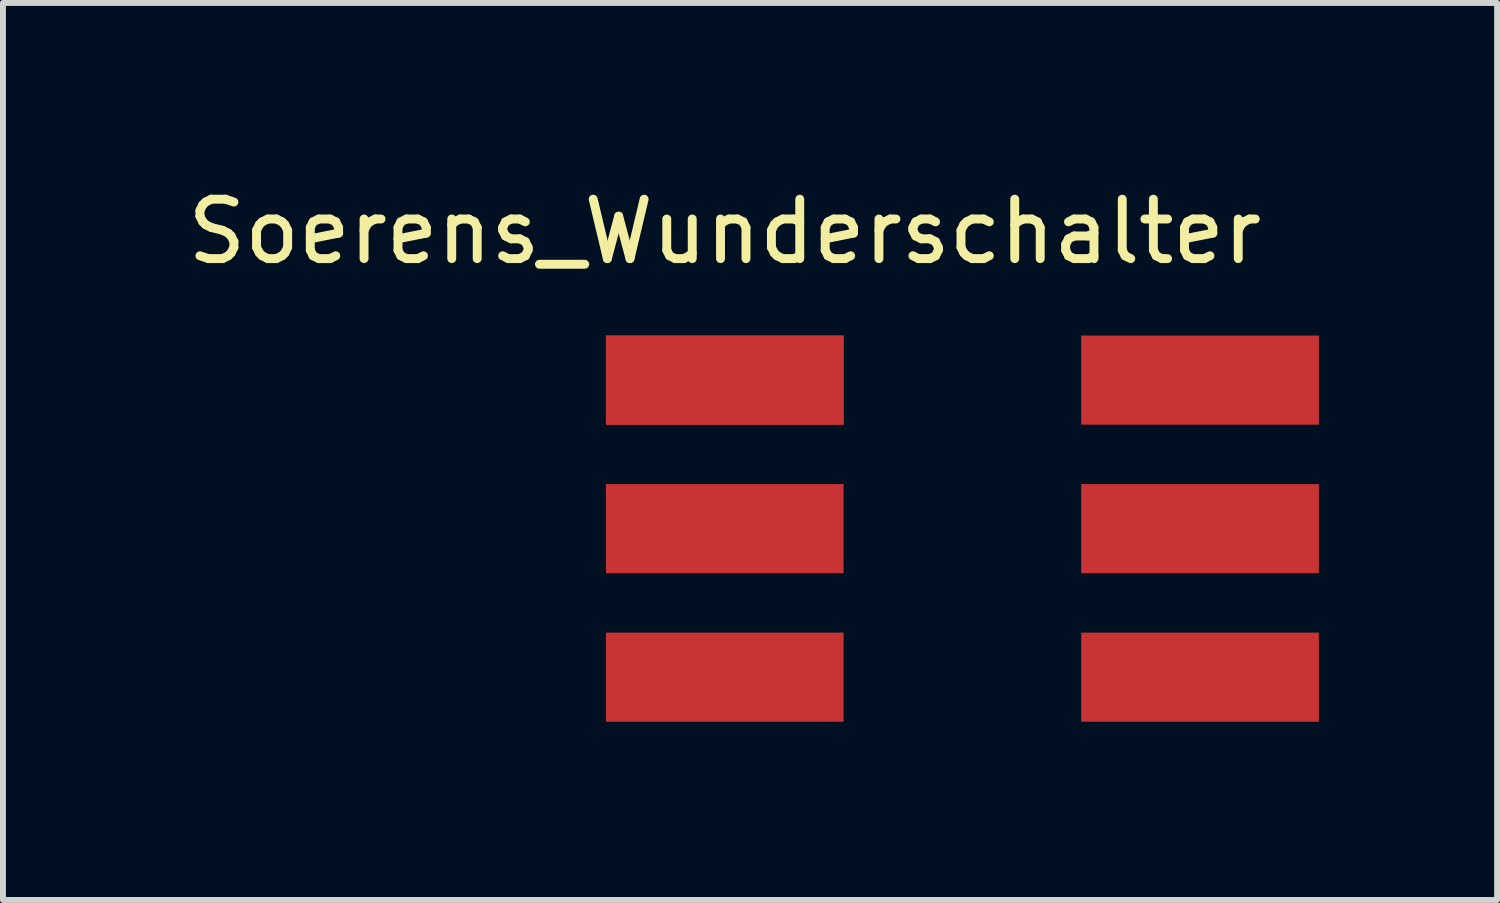
<source format=kicad_pcb>
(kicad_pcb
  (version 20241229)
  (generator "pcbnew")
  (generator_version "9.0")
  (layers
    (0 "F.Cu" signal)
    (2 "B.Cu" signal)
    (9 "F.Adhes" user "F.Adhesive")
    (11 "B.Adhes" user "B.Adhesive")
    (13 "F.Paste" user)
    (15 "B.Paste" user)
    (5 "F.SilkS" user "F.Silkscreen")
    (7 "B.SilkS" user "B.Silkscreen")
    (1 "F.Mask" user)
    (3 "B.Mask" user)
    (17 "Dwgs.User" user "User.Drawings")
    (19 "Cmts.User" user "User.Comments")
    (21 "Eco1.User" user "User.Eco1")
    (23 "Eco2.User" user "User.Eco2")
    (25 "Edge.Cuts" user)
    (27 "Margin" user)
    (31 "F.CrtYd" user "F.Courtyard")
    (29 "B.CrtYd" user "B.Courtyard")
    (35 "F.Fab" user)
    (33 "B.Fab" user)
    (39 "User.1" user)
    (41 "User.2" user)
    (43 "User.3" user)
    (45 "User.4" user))
  (footprint "Soerens_Wunderschalter"
    (layer "F.Cu")
    (at 13.149 5.848)
    (property "Reference" "Soerens_Wunderschalter" (at -4 -5 0) (layer "F.SilkS") (effects (font (size 1 1) (thickness 0.15))))
    (attr through_hole)
    (pad "1" smd rect (at -4 -2.5) (size 4 1.5) (layers "F.Cu" "F.Mask" "F.Paste"))
    (pad "1" smd rect (at -4 -2.5) (size 4 1.5) (layers "F.Cu" "F.Mask" "F.Paste"))
    (pad "2" smd rect (at -4 0) (size 4 1.5) (layers "F.Cu" "F.Mask" "F.Paste"))
    (pad "3" smd rect (at -4 2.5) (size 4 1.5) (layers "F.Cu" "F.Mask" "F.Paste"))
    (pad "4" smd rect (at 4 -2.5) (size 4 1.5) (layers "F.Cu" "F.Mask" "F.Paste"))
    (pad "5" smd rect (at 4 0) (size 4 1.5) (layers "F.Cu" "F.Mask" "F.Paste"))
    (pad "6" smd rect (at 4 2.5) (size 4 1.5) (layers "F.Cu" "F.Mask" "F.Paste")))
  (gr_rect
    (start -3 -3)
    (end 22.149 12.098)
    (stroke (width 0.1) (type default))
    (fill no)
    (layer "Edge.Cuts")))
</source>
